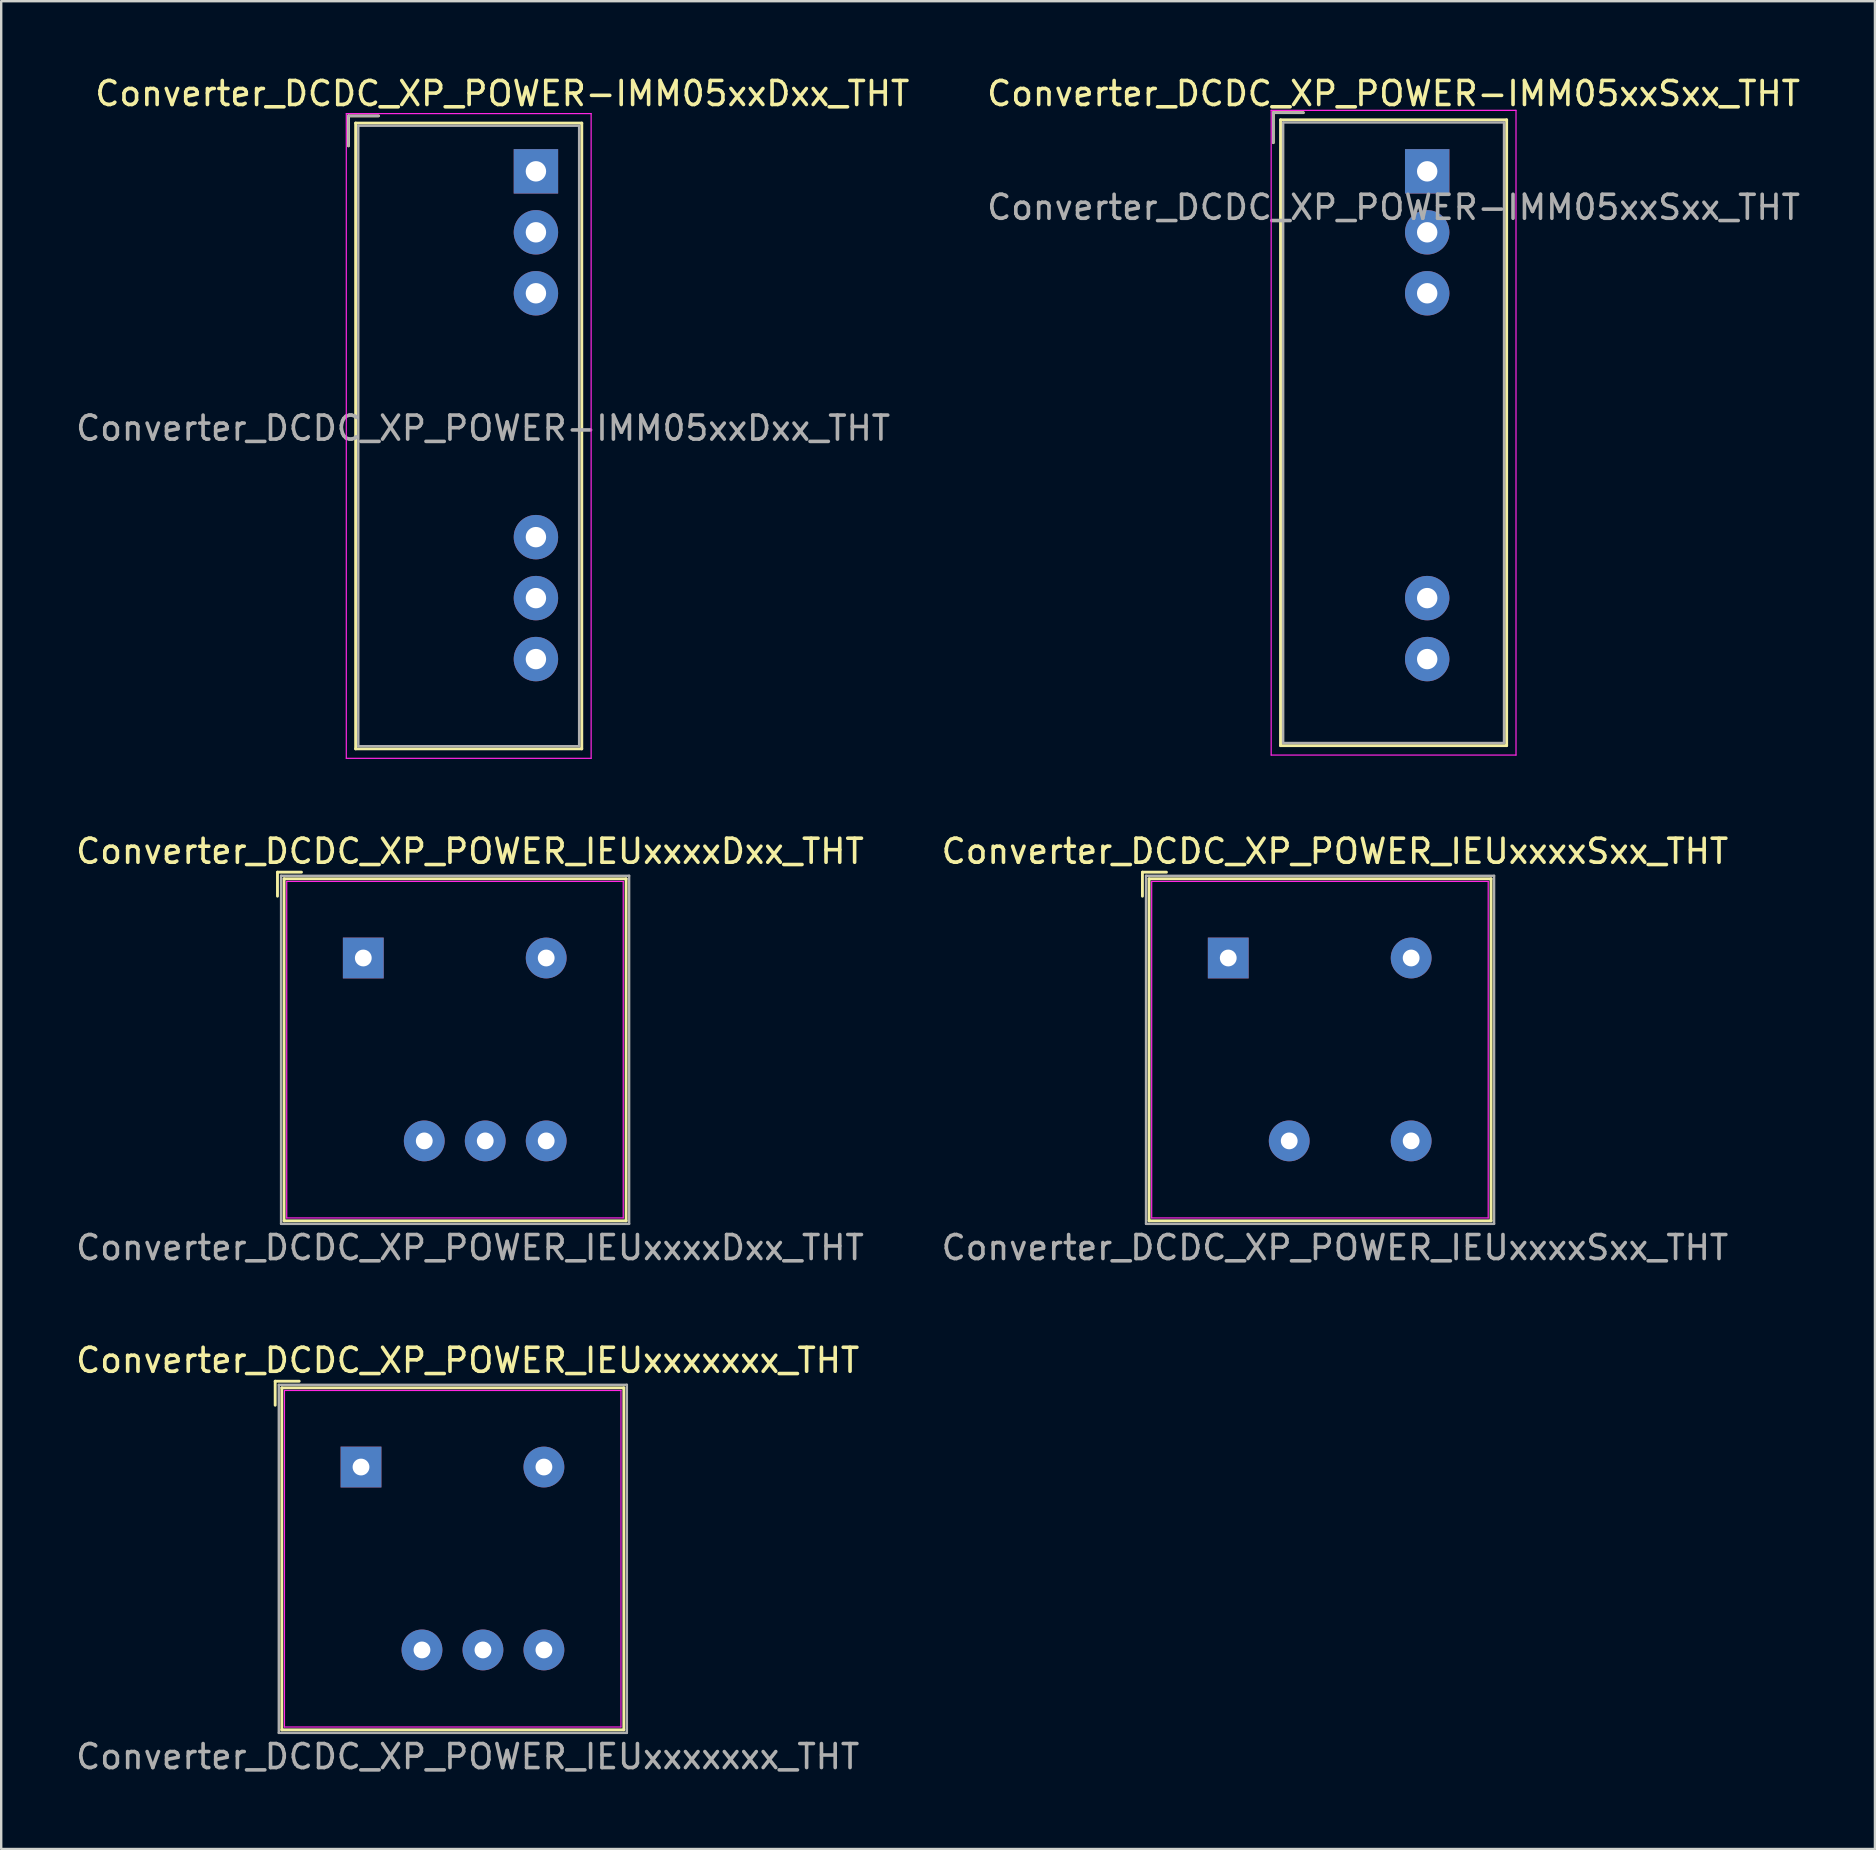
<source format=kicad_pcb>
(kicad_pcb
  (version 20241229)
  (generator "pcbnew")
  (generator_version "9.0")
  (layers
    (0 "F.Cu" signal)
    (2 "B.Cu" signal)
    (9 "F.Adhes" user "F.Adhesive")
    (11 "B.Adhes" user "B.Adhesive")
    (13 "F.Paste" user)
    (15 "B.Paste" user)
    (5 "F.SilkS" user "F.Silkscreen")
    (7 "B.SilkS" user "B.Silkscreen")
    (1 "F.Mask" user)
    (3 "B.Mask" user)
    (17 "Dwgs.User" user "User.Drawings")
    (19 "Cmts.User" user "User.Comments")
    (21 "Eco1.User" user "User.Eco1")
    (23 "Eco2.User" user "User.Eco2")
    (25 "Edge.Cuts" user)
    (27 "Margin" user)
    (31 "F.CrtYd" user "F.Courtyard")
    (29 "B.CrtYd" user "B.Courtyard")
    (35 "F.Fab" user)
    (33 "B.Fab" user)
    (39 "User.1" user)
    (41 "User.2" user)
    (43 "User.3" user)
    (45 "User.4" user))
  (footprint "Converter_DCDC_XP_POWER_IEUxxxxSxx_THT"
    (layer "F.Cu")
    (at 48.12 36.861)
    (property "Reference" "Converter_DCDC_XP_POWER_IEUxxxxSxx_THT" (at 4.445 -4.445 180) (layer "F.SilkS") (effects (font (size 1 1) (thickness 0.15))))
    (attr through_hole)
    (fp_line (start -3.575 -3.575) (end -3.575 -2.575) (stroke (width 0.12) (type solid)) (layer "F.SilkS"))
    (fp_line (start -3.3 -3.3) (end -3.3 10.95) (stroke (width 0.12) (type solid)) (layer "F.SilkS"))
    (fp_line (start -3.3 10.95) (end 10.95 10.95) (stroke (width 0.12) (type solid)) (layer "F.SilkS"))
    (fp_line (start -2.575 -3.575) (end -3.575 -3.575) (stroke (width 0.12) (type solid)) (layer "F.SilkS"))
    (fp_line (start 10.95 -3.3) (end -3.3 -3.3) (stroke (width 0.12) (type solid)) (layer "F.SilkS"))
    (fp_line (start 10.95 10.95) (end 10.95 -3.3) (stroke (width 0.12) (type solid)) (layer "F.SilkS"))
    (fp_line (start -3.19 -3.19) (end 10.83 -3.19) (stroke (width 0.05) (type solid)) (layer "F.CrtYd"))
    (fp_line (start -3.19 10.83) (end -3.19 -3.19) (stroke (width 0.05) (type solid)) (layer "F.CrtYd"))
    (fp_line (start -3.19 10.83) (end 10.83 10.83) (stroke (width 0.05) (type solid)) (layer "F.CrtYd"))
    (fp_line (start 10.83 10.83) (end 10.83 -3.19) (stroke (width 0.05) (type solid)) (layer "F.CrtYd"))
    (fp_line (start -3.425 -3.425) (end 11.075 -3.425) (stroke (width 0.1) (type solid)) (layer "F.Fab"))
    (fp_line (start -3.425 11.075) (end -3.425 -3.425) (stroke (width 0.1) (type solid)) (layer "F.Fab"))
    (fp_line (start -3.425 11.075) (end 11.075 11.075) (stroke (width 0.1) (type solid)) (layer "F.Fab"))
    (fp_line (start 11.075 11.075) (end 11.075 -3.425) (stroke (width 0.1) (type solid)) (layer "F.Fab"))
    (fp_text user "${REFERENCE}" (at 4.445 12.065 0) (layer "F.Fab") (effects (font (size 1 1) (thickness 0.15))))
    (pad "1" thru_hole rect (at 0 0) (size 1.7 1.7) (drill 0.7) (layers "*.Cu" "*.Mask"))
    (pad "4" thru_hole circle (at 7.62 0) (size 1.7 1.7) (drill 0.7) (layers "*.Cu" "*.Mask"))
    (pad "5" thru_hole circle (at 7.62 7.62) (size 1.7 1.7) (drill 0.7) (layers "*.Cu" "*.Mask"))
    (pad "7" thru_hole circle (at 2.54 7.62) (size 1.7 1.7) (drill 0.7) (layers "*.Cu" "*.Mask")))
  (footprint "Converter_DCDC_XP_POWER-IMM05xxSxx_THT"
    (layer "F.Cu")
    (at 56.408 4.088)
    (property "Reference" "Converter_DCDC_XP_POWER-IMM05xxSxx_THT" (at -1.4 -3.24 0) (layer "F.SilkS") (effects (font (size 1 1) (thickness 0.15))))
    (attr through_hole)
    (fp_line (start -6.41 -2.445) (end -6.41 -1.195) (stroke (width 0.12) (type solid)) (layer "F.SilkS"))
    (fp_line (start -6.11 -2.145) (end -6.11 23.925) (stroke (width 0.12) (type solid)) (layer "F.SilkS"))
    (fp_line (start -6.11 23.925) (end 3.31 23.925) (stroke (width 0.12) (type solid)) (layer "F.SilkS"))
    (fp_line (start -5.16 -2.445) (end -6.41 -2.445) (stroke (width 0.12) (type solid)) (layer "F.SilkS"))
    (fp_line (start 3.31 -2.145) (end -6.11 -2.145) (stroke (width 0.12) (type solid)) (layer "F.SilkS"))
    (fp_line (start 3.31 23.925) (end 3.31 -2.145) (stroke (width 0.12) (type solid)) (layer "F.SilkS"))
    (fp_line (start -6.5 -2.54) (end -6.5 24.32) (stroke (width 0.05) (type solid)) (layer "F.CrtYd"))
    (fp_line (start -6.5 24.32) (end 3.7 24.32) (stroke (width 0.05) (type solid)) (layer "F.CrtYd"))
    (fp_line (start 3.7 -2.54) (end -6.5 -2.54) (stroke (width 0.05) (type solid)) (layer "F.CrtYd"))
    (fp_line (start 3.7 24.32) (end 3.7 -2.54) (stroke (width 0.05) (type solid)) (layer "F.CrtYd"))
    (fp_line (start -6.41 -2.445) (end -6.41 -1.195) (stroke (width 0.1) (type solid)) (layer "F.Fab"))
    (fp_line (start -6 -2.035) (end -6 23.815) (stroke (width 0.1) (type solid)) (layer "F.Fab"))
    (fp_line (start -6 23.815) (end 3.2 23.815) (stroke (width 0.1) (type solid)) (layer "F.Fab"))
    (fp_line (start -5.16 -2.445) (end -6.41 -2.445) (stroke (width 0.1) (type solid)) (layer "F.Fab"))
    (fp_line (start 3.2 -2.035) (end -6 -2.035) (stroke (width 0.1) (type solid)) (layer "F.Fab"))
    (fp_line (start 3.2 23.815) (end 3.2 -2.035) (stroke (width 0.1) (type solid)) (layer "F.Fab"))
    (fp_text user "${REFERENCE}" (at -1.4 1.5 0) (layer "F.Fab") (effects (font (size 1 1) (thickness 0.15))))
    (pad "1" thru_hole rect (at 0 0) (size 1.85 1.85) (drill 0.85) (layers "*.Cu" "*.Mask"))
    (pad "2" thru_hole circle (at 0 2.54) (size 1.85 1.85) (drill 0.85) (layers "*.Cu" "*.Mask"))
    (pad "3" thru_hole circle (at 0 5.08) (size 1.85 1.85) (drill 0.85) (layers "*.Cu" "*.Mask"))
    (pad "8" thru_hole circle (at 0 17.78) (size 1.85 1.85) (drill 0.85) (layers "*.Cu" "*.Mask"))
    (pad "9" thru_hole circle (at 0 20.32) (size 1.85 1.85) (drill 0.85) (layers "*.Cu" "*.Mask")))
  (footprint "Converter_DCDC_XP_POWER_IEUxxxxxxx_THT"
    (layer "F.Cu")
    (at 11.99 58.068)
    (property "Reference" "Converter_DCDC_XP_POWER_IEUxxxxxxx_THT" (at 4.445 -4.445 180) (layer "F.SilkS") (effects (font (size 1 1) (thickness 0.15))))
    (attr through_hole)
    (fp_line (start -3.575 -3.575) (end -3.575 -2.575) (stroke (width 0.12) (type solid)) (layer "F.SilkS"))
    (fp_line (start -3.3 -3.3) (end -3.3 10.95) (stroke (width 0.12) (type solid)) (layer "F.SilkS"))
    (fp_line (start -3.3 10.95) (end 10.95 10.95) (stroke (width 0.12) (type solid)) (layer "F.SilkS"))
    (fp_line (start -2.575 -3.575) (end -3.575 -3.575) (stroke (width 0.12) (type solid)) (layer "F.SilkS"))
    (fp_line (start 10.95 -3.3) (end -3.3 -3.3) (stroke (width 0.12) (type solid)) (layer "F.SilkS"))
    (fp_line (start 10.95 10.95) (end 10.95 -3.3) (stroke (width 0.12) (type solid)) (layer "F.SilkS"))
    (fp_line (start -3.19 -3.19) (end 10.83 -3.19) (stroke (width 0.05) (type solid)) (layer "F.CrtYd"))
    (fp_line (start -3.19 10.83) (end -3.19 -3.19) (stroke (width 0.05) (type solid)) (layer "F.CrtYd"))
    (fp_line (start -3.19 10.83) (end 10.83 10.83) (stroke (width 0.05) (type solid)) (layer "F.CrtYd"))
    (fp_line (start 10.83 10.83) (end 10.83 -3.19) (stroke (width 0.05) (type solid)) (layer "F.CrtYd"))
    (fp_line (start -3.425 -3.425) (end 11.075 -3.425) (stroke (width 0.1) (type solid)) (layer "F.Fab"))
    (fp_line (start -3.425 11.075) (end -3.425 -3.425) (stroke (width 0.1) (type solid)) (layer "F.Fab"))
    (fp_line (start -3.425 11.075) (end 11.075 11.075) (stroke (width 0.1) (type solid)) (layer "F.Fab"))
    (fp_line (start 11.075 11.075) (end 11.075 -3.425) (stroke (width 0.1) (type solid)) (layer "F.Fab"))
    (fp_text user "${REFERENCE}" (at 4.445 12.065 0) (layer "F.Fab") (effects (font (size 1 1) (thickness 0.15))))
    (pad "1" thru_hole rect (at 0 0) (size 1.7 1.7) (drill 0.7) (layers "*.Cu" "*.Mask"))
    (pad "4" thru_hole circle (at 7.62 0) (size 1.7 1.7) (drill 0.7) (layers "*.Cu" "*.Mask"))
    (pad "7" thru_hole circle (at 2.54 7.62) (size 1.7 1.7) (drill 0.7) (layers "*.Cu" "*.Mask"))
    (pad "8" thru_hole circle (at 5.08 7.62) (size 1.7 1.7) (drill 0.7) (layers "*.Cu" "*.Mask"))
    (pad "9" thru_hole circle (at 7.62 7.62) (size 1.7 1.7) (drill 0.7) (layers "*.Cu" "*.Mask")))
  (footprint "Converter_DCDC_XP_POWER-IMM05xxDxx_THT"
    (layer "F.Cu")
    (at 19.277 4.088)
    (property "Reference" "Converter_DCDC_XP_POWER-IMM05xxDxx_THT" (at -1.4 -3.24 0) (layer "F.SilkS") (effects (font (size 1 1) (thickness 0.15))))
    (attr through_hole)
    (fp_line (start -7.81 -2.31) (end -7.81 -1.06) (stroke (width 0.12) (type solid)) (layer "F.SilkS"))
    (fp_line (start -7.51 -2.01) (end -7.51 24.06) (stroke (width 0.12) (type solid)) (layer "F.SilkS"))
    (fp_line (start -7.51 24.06) (end 1.91 24.06) (stroke (width 0.12) (type solid)) (layer "F.SilkS"))
    (fp_line (start -6.56 -2.31) (end -7.81 -2.31) (stroke (width 0.12) (type solid)) (layer "F.SilkS"))
    (fp_line (start 1.91 -2.01) (end -7.51 -2.01) (stroke (width 0.12) (type solid)) (layer "F.SilkS"))
    (fp_line (start 1.91 24.06) (end 1.91 -2.01) (stroke (width 0.12) (type solid)) (layer "F.SilkS"))
    (fp_line (start -7.9 -2.405) (end -7.9 24.455) (stroke (width 0.05) (type solid)) (layer "F.CrtYd"))
    (fp_line (start -7.9 24.455) (end 2.3 24.455) (stroke (width 0.05) (type solid)) (layer "F.CrtYd"))
    (fp_line (start 2.3 -2.405) (end -7.9 -2.405) (stroke (width 0.05) (type solid)) (layer "F.CrtYd"))
    (fp_line (start 2.3 24.455) (end 2.3 -2.405) (stroke (width 0.05) (type solid)) (layer "F.CrtYd"))
    (fp_line (start -7.81 -2.31) (end -7.81 -1.06) (stroke (width 0.1) (type solid)) (layer "F.Fab"))
    (fp_line (start -7.4 -1.9) (end -7.4 23.95) (stroke (width 0.1) (type solid)) (layer "F.Fab"))
    (fp_line (start -7.4 23.95) (end 1.8 23.95) (stroke (width 0.1) (type solid)) (layer "F.Fab"))
    (fp_line (start -6.56 -2.31) (end -7.81 -2.31) (stroke (width 0.1) (type solid)) (layer "F.Fab"))
    (fp_line (start 1.8 -1.9) (end -7.4 -1.9) (stroke (width 0.1) (type solid)) (layer "F.Fab"))
    (fp_line (start 1.8 23.95) (end 1.8 -1.9) (stroke (width 0.1) (type solid)) (layer "F.Fab"))
    (fp_text user "${REFERENCE}" (at -2.2 10.7 0) (layer "F.Fab") (effects (font (size 1 1) (thickness 0.15))))
    (pad "1" thru_hole rect (at 0 0) (size 1.85 1.85) (drill 0.85) (layers "*.Cu" "*.Mask"))
    (pad "2" thru_hole circle (at 0 2.54) (size 1.85 1.85) (drill 0.85) (layers "*.Cu" "*.Mask"))
    (pad "3" thru_hole circle (at 0 5.08) (size 1.85 1.85) (drill 0.85) (layers "*.Cu" "*.Mask"))
    (pad "7" thru_hole circle (at 0 15.24) (size 1.85 1.85) (drill 0.85) (layers "*.Cu" "*.Mask"))
    (pad "8" thru_hole circle (at 0 17.78) (size 1.85 1.85) (drill 0.85) (layers "*.Cu" "*.Mask"))
    (pad "9" thru_hole circle (at 0 20.32) (size 1.85 1.85) (drill 0.85) (layers "*.Cu" "*.Mask")))
  (footprint "Converter_DCDC_XP_POWER_IEUxxxxDxx_THT"
    (layer "F.Cu")
    (at 12.085 36.861)
    (property "Reference" "Converter_DCDC_XP_POWER_IEUxxxxDxx_THT" (at 4.445 -4.445 180) (layer "F.SilkS") (effects (font (size 1 1) (thickness 0.15))))
    (attr through_hole)
    (fp_line (start -3.575 -3.575) (end -3.575 -2.575) (stroke (width 0.12) (type solid)) (layer "F.SilkS"))
    (fp_line (start -3.3 -3.3) (end -3.3 10.95) (stroke (width 0.12) (type solid)) (layer "F.SilkS"))
    (fp_line (start -3.3 10.95) (end 10.95 10.95) (stroke (width 0.12) (type solid)) (layer "F.SilkS"))
    (fp_line (start -2.575 -3.575) (end -3.575 -3.575) (stroke (width 0.12) (type solid)) (layer "F.SilkS"))
    (fp_line (start 10.95 -3.3) (end -3.3 -3.3) (stroke (width 0.12) (type solid)) (layer "F.SilkS"))
    (fp_line (start 10.95 10.95) (end 10.95 -3.3) (stroke (width 0.12) (type solid)) (layer "F.SilkS"))
    (fp_line (start -3.19 -3.19) (end 10.83 -3.19) (stroke (width 0.05) (type solid)) (layer "F.CrtYd"))
    (fp_line (start -3.19 10.83) (end -3.19 -3.19) (stroke (width 0.05) (type solid)) (layer "F.CrtYd"))
    (fp_line (start -3.19 10.83) (end 10.83 10.83) (stroke (width 0.05) (type solid)) (layer "F.CrtYd"))
    (fp_line (start 10.83 10.83) (end 10.83 -3.19) (stroke (width 0.05) (type solid)) (layer "F.CrtYd"))
    (fp_line (start -3.425 -3.425) (end 11.075 -3.425) (stroke (width 0.1) (type solid)) (layer "F.Fab"))
    (fp_line (start -3.425 11.075) (end -3.425 -3.425) (stroke (width 0.1) (type solid)) (layer "F.Fab"))
    (fp_line (start -3.425 11.075) (end 11.075 11.075) (stroke (width 0.1) (type solid)) (layer "F.Fab"))
    (fp_line (start 11.075 11.075) (end 11.075 -3.425) (stroke (width 0.1) (type solid)) (layer "F.Fab"))
    (fp_text user "${REFERENCE}" (at 4.445 12.065 0) (layer "F.Fab") (effects (font (size 1 1) (thickness 0.15))))
    (pad "1" thru_hole rect (at 0 0) (size 1.7 1.7) (drill 0.7) (layers "*.Cu" "*.Mask"))
    (pad "4" thru_hole circle (at 7.62 0) (size 1.7 1.7) (drill 0.7) (layers "*.Cu" "*.Mask"))
    (pad "5" thru_hole circle (at 7.62 7.62) (size 1.7 1.7) (drill 0.7) (layers "*.Cu" "*.Mask"))
    (pad "6" thru_hole circle (at 5.08 7.62) (size 1.7 1.7) (drill 0.7) (layers "*.Cu" "*.Mask"))
    (pad "7" thru_hole circle (at 2.54 7.62) (size 1.7 1.7) (drill 0.7) (layers "*.Cu" "*.Mask")))
  (gr_rect
    (start -3 -3)
    (end 75.062 73.981)
    (stroke (width 0.1) (type default))
    (fill no)
    (layer "Edge.Cuts")))
</source>
